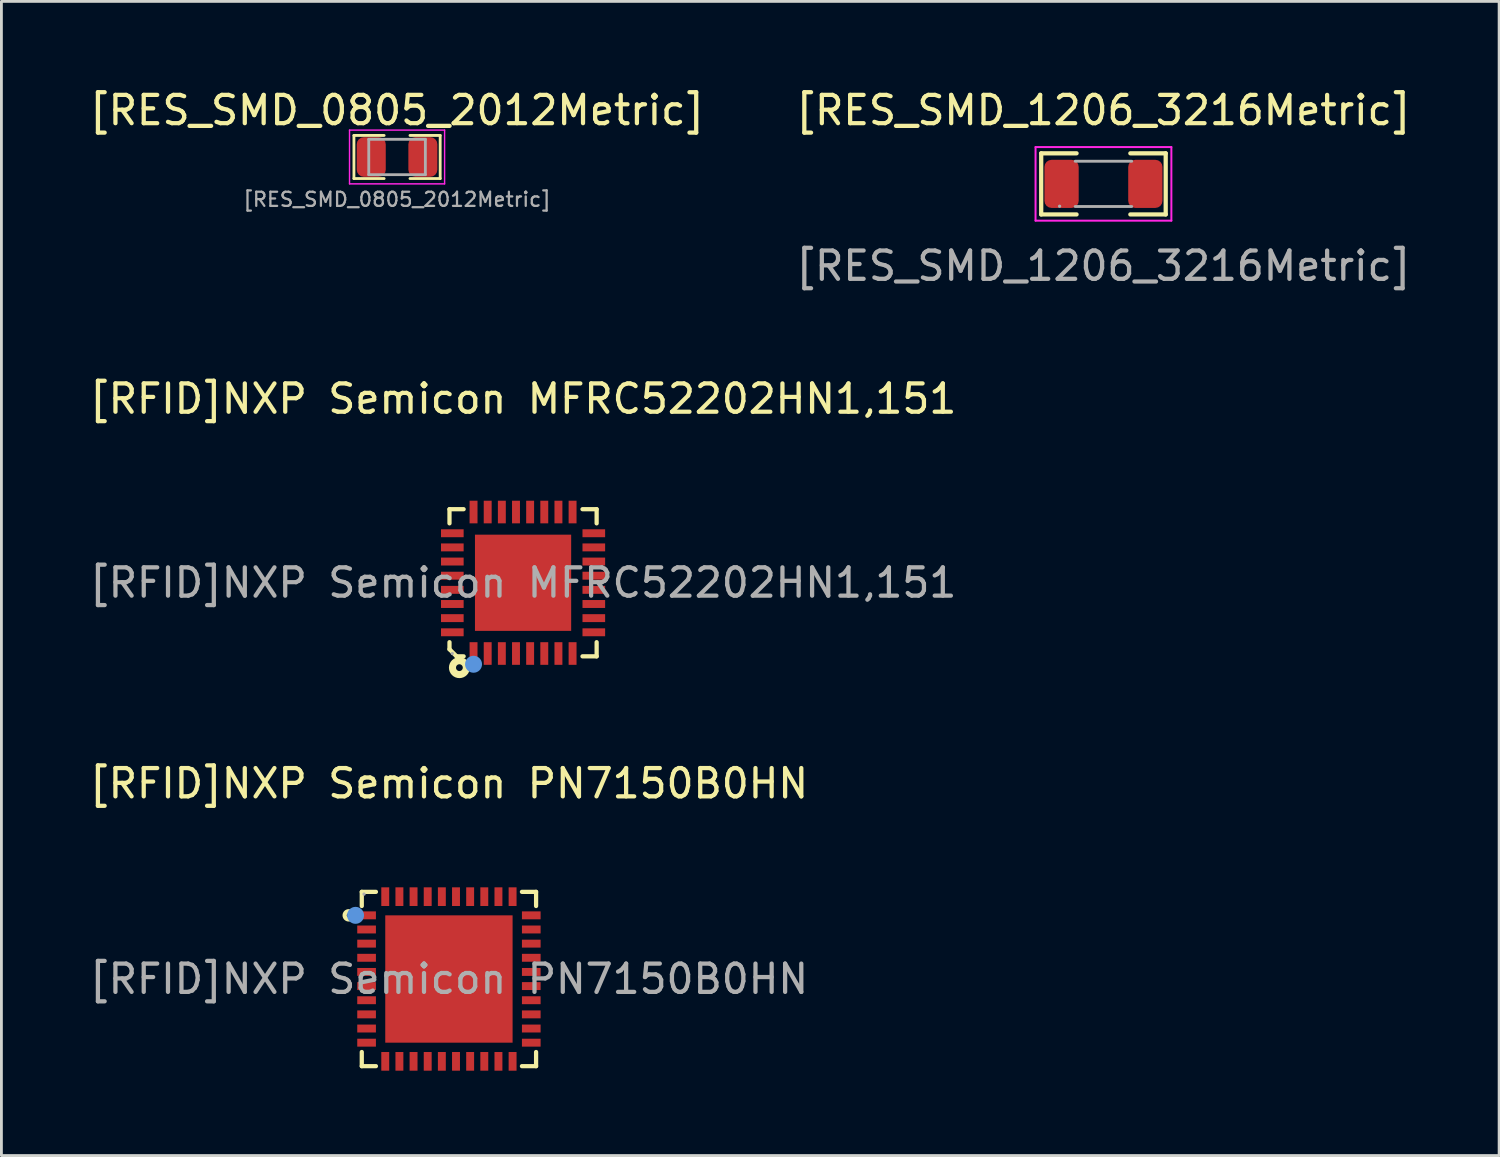
<source format=kicad_pcb>
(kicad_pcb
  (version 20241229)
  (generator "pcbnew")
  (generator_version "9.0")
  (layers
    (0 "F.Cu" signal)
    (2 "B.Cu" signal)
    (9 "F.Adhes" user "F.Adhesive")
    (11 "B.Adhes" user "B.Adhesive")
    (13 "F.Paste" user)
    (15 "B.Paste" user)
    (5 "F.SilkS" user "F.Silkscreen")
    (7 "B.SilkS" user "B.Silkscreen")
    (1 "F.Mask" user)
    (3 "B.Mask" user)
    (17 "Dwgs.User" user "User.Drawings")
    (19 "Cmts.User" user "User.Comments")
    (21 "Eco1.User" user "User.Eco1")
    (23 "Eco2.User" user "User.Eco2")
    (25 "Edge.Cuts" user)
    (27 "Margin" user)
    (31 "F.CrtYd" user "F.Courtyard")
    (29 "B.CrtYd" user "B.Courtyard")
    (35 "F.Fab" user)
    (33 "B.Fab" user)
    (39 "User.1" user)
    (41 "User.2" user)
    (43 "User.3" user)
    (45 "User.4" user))
  (footprint "[RFID]NXP Semicon MFRC52202HN1,151"
    (layer "F.Cu")
    (at 15.435 17.545)
    (property "Reference" "[RFID]NXP Semicon MFRC52202HN1,151" (at 0 -6.5 0) (layer "F.SilkS") (effects (font (size 1 1) (thickness 0.15))))
    (attr smd)
    (fp_line (start -2.6 -2.6) (end -2.6 -2.1) (stroke (width 0.15) (type solid)) (layer "F.SilkS"))
    (fp_line (start -2.6 -2.6) (end -2.1 -2.6) (stroke (width 0.15) (type solid)) (layer "F.SilkS"))
    (fp_line (start -2.6 2.1) (end -2.6 2.35) (stroke (width 0.15) (type solid)) (layer "F.SilkS"))
    (fp_line (start -2.6 2.35) (end -2.35 2.6) (stroke (width 0.15) (type solid)) (layer "F.SilkS"))
    (fp_line (start -2.35 2.6) (end -2.1 2.6) (stroke (width 0.15) (type solid)) (layer "F.SilkS"))
    (fp_line (start 2.6 -2.6) (end 2.1 -2.6) (stroke (width 0.15) (type solid)) (layer "F.SilkS"))
    (fp_line (start 2.6 -2.6) (end 2.6 -2.1) (stroke (width 0.15) (type solid)) (layer "F.SilkS"))
    (fp_line (start 2.6 2.6) (end 2.1 2.6) (stroke (width 0.15) (type solid)) (layer "F.SilkS"))
    (fp_line (start 2.6 2.6) (end 2.6 2.1) (stroke (width 0.15) (type solid)) (layer "F.SilkS"))
    (fp_circle (center -2.25 3) (end -2.13 3) (stroke (width 0.25) (type solid)) (fill no) (layer "F.SilkS"))
    (fp_circle (center -1.75 2.88) (end -1.6 2.88) (stroke (width 0.3) (type solid)) (fill no) (layer "Cmts.User"))
    (fp_circle (center -2.5 2.5) (end -2.47 2.5) (stroke (width 0.06) (type solid)) (fill no) (layer "F.Fab"))
    (fp_text user "${REFERENCE}" (at 0 0 0) (layer "F.Fab") (effects (font (size 1 1) (thickness 0.15))))
    (pad "1" smd rect (at -1.75 2.5) (size 0.28 0.8) (layers "F.Cu" "F.Mask" "F.Paste"))
    (pad "2" smd rect (at -1.25 2.5) (size 0.28 0.8) (layers "F.Cu" "F.Mask" "F.Paste"))
    (pad "3" smd rect (at -0.75 2.5) (size 0.28 0.8) (layers "F.Cu" "F.Mask" "F.Paste"))
    (pad "4" smd rect (at -0.25 2.5) (size 0.28 0.8) (layers "F.Cu" "F.Mask" "F.Paste"))
    (pad "5" smd rect (at 0.25 2.5) (size 0.28 0.8) (layers "F.Cu" "F.Mask" "F.Paste"))
    (pad "6" smd rect (at 0.75 2.5) (size 0.28 0.8) (layers "F.Cu" "F.Mask" "F.Paste"))
    (pad "7" smd rect (at 1.25 2.5) (size 0.28 0.8) (layers "F.Cu" "F.Mask" "F.Paste"))
    (pad "8" smd rect (at 1.75 2.5) (size 0.28 0.8) (layers "F.Cu" "F.Mask" "F.Paste"))
    (pad "9" smd rect (at 2.5 1.75) (size 0.8 0.28) (layers "F.Cu" "F.Mask" "F.Paste"))
    (pad "10" smd rect (at 2.5 1.25) (size 0.8 0.28) (layers "F.Cu" "F.Mask" "F.Paste"))
    (pad "11" smd rect (at 2.5 0.75) (size 0.8 0.28) (layers "F.Cu" "F.Mask" "F.Paste"))
    (pad "12" smd rect (at 2.5 0.25) (size 0.8 0.28) (layers "F.Cu" "F.Mask" "F.Paste"))
    (pad "13" smd rect (at 2.5 -0.25) (size 0.8 0.28) (layers "F.Cu" "F.Mask" "F.Paste"))
    (pad "14" smd rect (at 2.5 -0.75) (size 0.8 0.28) (layers "F.Cu" "F.Mask" "F.Paste"))
    (pad "15" smd rect (at 2.5 -1.25) (size 0.8 0.28) (layers "F.Cu" "F.Mask" "F.Paste"))
    (pad "16" smd rect (at 2.5 -1.75) (size 0.8 0.28) (layers "F.Cu" "F.Mask" "F.Paste"))
    (pad "17" smd rect (at 1.75 -2.5) (size 0.28 0.8) (layers "F.Cu" "F.Mask" "F.Paste"))
    (pad "18" smd rect (at 1.25 -2.5) (size 0.28 0.8) (layers "F.Cu" "F.Mask" "F.Paste"))
    (pad "19" smd rect (at 0.75 -2.5) (size 0.28 0.8) (layers "F.Cu" "F.Mask" "F.Paste"))
    (pad "20" smd rect (at 0.25 -2.5) (size 0.28 0.8) (layers "F.Cu" "F.Mask" "F.Paste"))
    (pad "21" smd rect (at -0.25 -2.5) (size 0.28 0.8) (layers "F.Cu" "F.Mask" "F.Paste"))
    (pad "22" smd rect (at -0.75 -2.5) (size 0.28 0.8) (layers "F.Cu" "F.Mask" "F.Paste"))
    (pad "23" smd rect (at -1.25 -2.5) (size 0.28 0.8) (layers "F.Cu" "F.Mask" "F.Paste"))
    (pad "24" smd rect (at -1.75 -2.5) (size 0.28 0.8) (layers "F.Cu" "F.Mask" "F.Paste"))
    (pad "25" smd rect (at -2.5 -1.75) (size 0.8 0.28) (layers "F.Cu" "F.Mask" "F.Paste"))
    (pad "26" smd rect (at -2.5 -1.25) (size 0.8 0.28) (layers "F.Cu" "F.Mask" "F.Paste"))
    (pad "27" smd rect (at -2.5 -0.75) (size 0.8 0.28) (layers "F.Cu" "F.Mask" "F.Paste"))
    (pad "28" smd rect (at -2.5 -0.25) (size 0.8 0.28) (layers "F.Cu" "F.Mask" "F.Paste"))
    (pad "29" smd rect (at -2.5 0.25) (size 0.8 0.28) (layers "F.Cu" "F.Mask" "F.Paste"))
    (pad "30" smd rect (at -2.5 0.75) (size 0.8 0.28) (layers "F.Cu" "F.Mask" "F.Paste"))
    (pad "31" smd rect (at -2.5 1.25) (size 0.8 0.28) (layers "F.Cu" "F.Mask" "F.Paste"))
    (pad "32" smd rect (at -2.5 1.75) (size 0.8 0.28) (layers "F.Cu" "F.Mask" "F.Paste"))
    (pad "33" smd rect (at 0 0 180) (size 3.4 3.4) (layers "F.Cu" "F.Mask" "F.Paste")))
  (footprint "[RES_SMD_0805_2012Metric]"
    (layer "F.Cu")
    (at 10.982 2.498)
    (property "Reference" "[RES_SMD_0805_2012Metric]" (at 0 -1.65 0) (layer "F.SilkS") (effects (font (size 1 1) (thickness 0.15))))
    (attr smd)
    (fp_line (start -1.524 -0.762) (end -0.457 -0.762) (stroke (width 0.1) (type default)) (layer "F.SilkS"))
    (fp_line (start -1.524 0.762) (end -1.524 -0.762) (stroke (width 0.1) (type default)) (layer "F.SilkS"))
    (fp_line (start -0.457 0.762) (end -1.524 0.762) (stroke (width 0.1) (type default)) (layer "F.SilkS"))
    (fp_line (start 0.457 -0.762) (end 1.524 -0.762) (stroke (width 0.1) (type default)) (layer "F.SilkS"))
    (fp_line (start 1.524 -0.762) (end 1.524 0.762) (stroke (width 0.1) (type default)) (layer "F.SilkS"))
    (fp_line (start 1.524 0.762) (end 0.457 0.762) (stroke (width 0.1) (type default)) (layer "F.SilkS"))
    (fp_line (start -1.68 -0.95) (end 1.68 -0.95) (stroke (width 0.05) (type solid)) (layer "F.CrtYd"))
    (fp_line (start -1.68 0.95) (end -1.68 -0.95) (stroke (width 0.05) (type solid)) (layer "F.CrtYd"))
    (fp_line (start 1.68 -0.95) (end 1.68 0.95) (stroke (width 0.05) (type solid)) (layer "F.CrtYd"))
    (fp_line (start 1.68 0.95) (end -1.68 0.95) (stroke (width 0.05) (type solid)) (layer "F.CrtYd"))
    (fp_line (start -1 -0.625) (end 1 -0.625) (stroke (width 0.1) (type solid)) (layer "F.Fab"))
    (fp_line (start -1 0.625) (end -1 -0.625) (stroke (width 0.1) (type solid)) (layer "F.Fab"))
    (fp_line (start 1 -0.625) (end 1 0.625) (stroke (width 0.1) (type solid)) (layer "F.Fab"))
    (fp_line (start 1 0.625) (end -1 0.625) (stroke (width 0.1) (type solid)) (layer "F.Fab"))
    (fp_text user "${REFERENCE}" (at 0 1.5 0) (layer "F.Fab") (effects (font (size 0.5 0.5) (thickness 0.08))))
    (pad "1" smd roundrect (at -0.912 0) (size 1.025 1.4) (layers "F.Cu" "F.Mask" "F.Paste") (roundrect_rratio 0.244))
    (pad "2" smd roundrect (at 0.912 0) (size 1.025 1.4) (layers "F.Cu" "F.Mask" "F.Paste") (roundrect_rratio 0.244)))
  (footprint "[RFID]NXP Semicon PN7150B0HN"
    (layer "F.Cu")
    (at 12.815 31.548)
    (property "Reference" "[RFID]NXP Semicon PN7150B0HN" (at 0 -6.91 0) (layer "F.SilkS") (effects (font (size 1 1) (thickness 0.15))))
    (attr smd)
    (fp_line (start -3.08 -3.08) (end -3.08 -2.58) (stroke (width 0.15) (type solid)) (layer "F.SilkS"))
    (fp_line (start -3.08 3.08) (end -3.08 2.58) (stroke (width 0.15) (type solid)) (layer "F.SilkS"))
    (fp_line (start -2.58 -3.08) (end -3.08 -3.08) (stroke (width 0.15) (type solid)) (layer "F.SilkS"))
    (fp_line (start -2.58 3.08) (end -3.08 3.08) (stroke (width 0.15) (type solid)) (layer "F.SilkS"))
    (fp_line (start 2.58 -3.08) (end 3.08 -3.08) (stroke (width 0.15) (type solid)) (layer "F.SilkS"))
    (fp_line (start 2.58 3.08) (end 3.08 3.08) (stroke (width 0.15) (type solid)) (layer "F.SilkS"))
    (fp_line (start 3.08 -3.08) (end 3.08 -2.58) (stroke (width 0.15) (type solid)) (layer "F.SilkS"))
    (fp_line (start 3.08 3.08) (end 3.08 2.58) (stroke (width 0.15) (type solid)) (layer "F.SilkS"))
    (fp_circle (center -3.54 -2.25) (end -3.47 -2.25) (stroke (width 0.15) (type solid)) (fill no) (layer "F.SilkS"))
    (fp_circle (center -3.3 -2.25) (end -3.15 -2.25) (stroke (width 0.3) (type solid)) (fill no) (layer "Cmts.User"))
    (fp_circle (center -3 -3) (end -2.97 -3) (stroke (width 0.06) (type solid)) (fill no) (layer "F.Fab"))
    (fp_text user "${REFERENCE}" (at 0 0 0) (layer "F.Fab") (effects (font (size 1 1) (thickness 0.15))))
    (pad "1" smd rect (at -2.91 -2.25) (size 0.66 0.28) (layers "F.Cu" "F.Mask" "F.Paste"))
    (pad "2" smd rect (at -2.91 -1.75) (size 0.66 0.28) (layers "F.Cu" "F.Mask" "F.Paste"))
    (pad "3" smd rect (at -2.91 -1.25) (size 0.66 0.28) (layers "F.Cu" "F.Mask" "F.Paste"))
    (pad "4" smd rect (at -2.91 -0.75) (size 0.66 0.28) (layers "F.Cu" "F.Mask" "F.Paste"))
    (pad "5" smd rect (at -2.91 -0.25) (size 0.66 0.28) (layers "F.Cu" "F.Mask" "F.Paste"))
    (pad "6" smd rect (at -2.91 0.25) (size 0.66 0.28) (layers "F.Cu" "F.Mask" "F.Paste"))
    (pad "7" smd rect (at -2.91 0.75) (size 0.66 0.28) (layers "F.Cu" "F.Mask" "F.Paste"))
    (pad "8" smd rect (at -2.91 1.25) (size 0.66 0.28) (layers "F.Cu" "F.Mask" "F.Paste"))
    (pad "9" smd rect (at -2.91 1.75) (size 0.66 0.28) (layers "F.Cu" "F.Mask" "F.Paste"))
    (pad "10" smd rect (at -2.91 2.25) (size 0.66 0.28) (layers "F.Cu" "F.Mask" "F.Paste"))
    (pad "11" smd rect (at -2.25 2.91) (size 0.28 0.66) (layers "F.Cu" "F.Mask" "F.Paste"))
    (pad "12" smd rect (at -1.75 2.91) (size 0.28 0.66) (layers "F.Cu" "F.Mask" "F.Paste"))
    (pad "13" smd rect (at -1.25 2.91) (size 0.28 0.66) (layers "F.Cu" "F.Mask" "F.Paste"))
    (pad "14" smd rect (at -0.75 2.91) (size 0.28 0.66) (layers "F.Cu" "F.Mask" "F.Paste"))
    (pad "15" smd rect (at -0.25 2.91) (size 0.28 0.66) (layers "F.Cu" "F.Mask" "F.Paste"))
    (pad "16" smd rect (at 0.25 2.91) (size 0.28 0.66) (layers "F.Cu" "F.Mask" "F.Paste"))
    (pad "17" smd rect (at 0.75 2.91) (size 0.28 0.66) (layers "F.Cu" "F.Mask" "F.Paste"))
    (pad "18" smd rect (at 1.25 2.91) (size 0.28 0.66) (layers "F.Cu" "F.Mask" "F.Paste"))
    (pad "19" smd rect (at 1.75 2.91) (size 0.28 0.66) (layers "F.Cu" "F.Mask" "F.Paste"))
    (pad "20" smd rect (at 2.25 2.91) (size 0.28 0.66) (layers "F.Cu" "F.Mask" "F.Paste"))
    (pad "21" smd rect (at 2.91 2.25) (size 0.66 0.28) (layers "F.Cu" "F.Mask" "F.Paste"))
    (pad "22" smd rect (at 2.91 1.75) (size 0.66 0.28) (layers "F.Cu" "F.Mask" "F.Paste"))
    (pad "23" smd rect (at 2.91 1.25) (size 0.66 0.28) (layers "F.Cu" "F.Mask" "F.Paste"))
    (pad "24" smd rect (at 2.91 0.75) (size 0.66 0.28) (layers "F.Cu" "F.Mask" "F.Paste"))
    (pad "25" smd rect (at 2.91 0.25) (size 0.66 0.28) (layers "F.Cu" "F.Mask" "F.Paste"))
    (pad "26" smd rect (at 2.91 -0.25) (size 0.66 0.28) (layers "F.Cu" "F.Mask" "F.Paste"))
    (pad "27" smd rect (at 2.91 -0.75) (size 0.66 0.28) (layers "F.Cu" "F.Mask" "F.Paste"))
    (pad "28" smd rect (at 2.91 -1.25) (size 0.66 0.28) (layers "F.Cu" "F.Mask" "F.Paste"))
    (pad "29" smd rect (at 2.91 -1.75) (size 0.66 0.28) (layers "F.Cu" "F.Mask" "F.Paste"))
    (pad "30" smd rect (at 2.91 -2.25) (size 0.66 0.28) (layers "F.Cu" "F.Mask" "F.Paste"))
    (pad "31" smd rect (at 2.25 -2.91) (size 0.28 0.66) (layers "F.Cu" "F.Mask" "F.Paste"))
    (pad "32" smd rect (at 1.75 -2.91) (size 0.28 0.66) (layers "F.Cu" "F.Mask" "F.Paste"))
    (pad "33" smd rect (at 1.25 -2.91) (size 0.28 0.66) (layers "F.Cu" "F.Mask" "F.Paste"))
    (pad "34" smd rect (at 0.75 -2.91) (size 0.28 0.66) (layers "F.Cu" "F.Mask" "F.Paste"))
    (pad "35" smd rect (at 0.25 -2.91) (size 0.28 0.66) (layers "F.Cu" "F.Mask" "F.Paste"))
    (pad "36" smd rect (at -0.25 -2.91) (size 0.28 0.66) (layers "F.Cu" "F.Mask" "F.Paste"))
    (pad "37" smd rect (at -0.75 -2.91) (size 0.28 0.66) (layers "F.Cu" "F.Mask" "F.Paste"))
    (pad "38" smd rect (at -1.25 -2.91) (size 0.28 0.66) (layers "F.Cu" "F.Mask" "F.Paste"))
    (pad "39" smd rect (at -1.75 -2.91) (size 0.28 0.66) (layers "F.Cu" "F.Mask" "F.Paste"))
    (pad "40" smd rect (at -2.25 -2.91) (size 0.28 0.66) (layers "F.Cu" "F.Mask" "F.Paste"))
    (pad "41" smd rect (at 0 0) (size 4.5 4.5) (layers "F.Cu" "F.Mask" "F.Paste")))
  (footprint "[RES_SMD_1206_3216Metric]"
    (layer "F.Cu")
    (at 35.946 3.448)
    (property "Reference" "[RES_SMD_1206_3216Metric]" (at 0 -2.6 0) (layer "F.SilkS") (effects (font (size 1 1) (thickness 0.15))))
    (attr smd)
    (fp_line (start -2.2 -1.08) (end -0.95 -1.08) (stroke (width 0.15) (type solid)) (layer "F.SilkS"))
    (fp_line (start -2.2 1.08) (end -2.2 -1.08) (stroke (width 0.15) (type solid)) (layer "F.SilkS"))
    (fp_line (start -0.95 1.08) (end -2.2 1.08) (stroke (width 0.15) (type solid)) (layer "F.SilkS"))
    (fp_line (start 0.95 1.08) (end 2.2 1.08) (stroke (width 0.15) (type solid)) (layer "F.SilkS"))
    (fp_line (start 2.2 -1.08) (end 0.95 -1.08) (stroke (width 0.15) (type solid)) (layer "F.SilkS"))
    (fp_line (start 2.2 1.08) (end 2.2 -1.08) (stroke (width 0.15) (type solid)) (layer "F.SilkS"))
    (fp_line (start -2.4 -1.3) (end -2.4 1.3) (stroke (width 0.07) (type solid)) (layer "F.CrtYd"))
    (fp_line (start 2.4 -1.3) (end -2.4 -1.3) (stroke (width 0.07) (type solid)) (layer "F.CrtYd"))
    (fp_line (start 2.4 -1.3) (end 2.4 1.3) (stroke (width 0.07) (type solid)) (layer "F.CrtYd"))
    (fp_line (start 2.4 1.3) (end -2.4 1.3) (stroke (width 0.07) (type solid)) (layer "F.CrtYd"))
    (fp_line (start -1 -0.8) (end 1 -0.8) (stroke (width 0.1) (type solid)) (layer "F.Fab"))
    (fp_line (start 1 0.8) (end -1 0.8) (stroke (width 0.1) (type solid)) (layer "F.Fab"))
    (fp_circle (center -1.55 0.79) (end -1.52 0.79) (stroke (width 0.06) (type solid)) (fill no) (layer "F.Fab"))
    (fp_text user "${REFERENCE}" (at 0 2.9 0) (layer "F.Fab") (effects (font (size 1 1) (thickness 0.15))))
    (pad "1" smd roundrect (at -1.48 0) (size 1.21 1.7) (layers "F.Cu" "F.Mask" "F.Paste") (roundrect_rratio 0.207))
    (pad "2" smd roundrect (at 1.48 0) (size 1.21 1.7) (layers "F.Cu" "F.Mask" "F.Paste") (roundrect_rratio 0.207)))
  (gr_rect
    (start -3 -3)
    (end 49.929 37.788)
    (stroke (width 0.1) (type default))
    (fill no)
    (layer "Edge.Cuts")))
</source>
